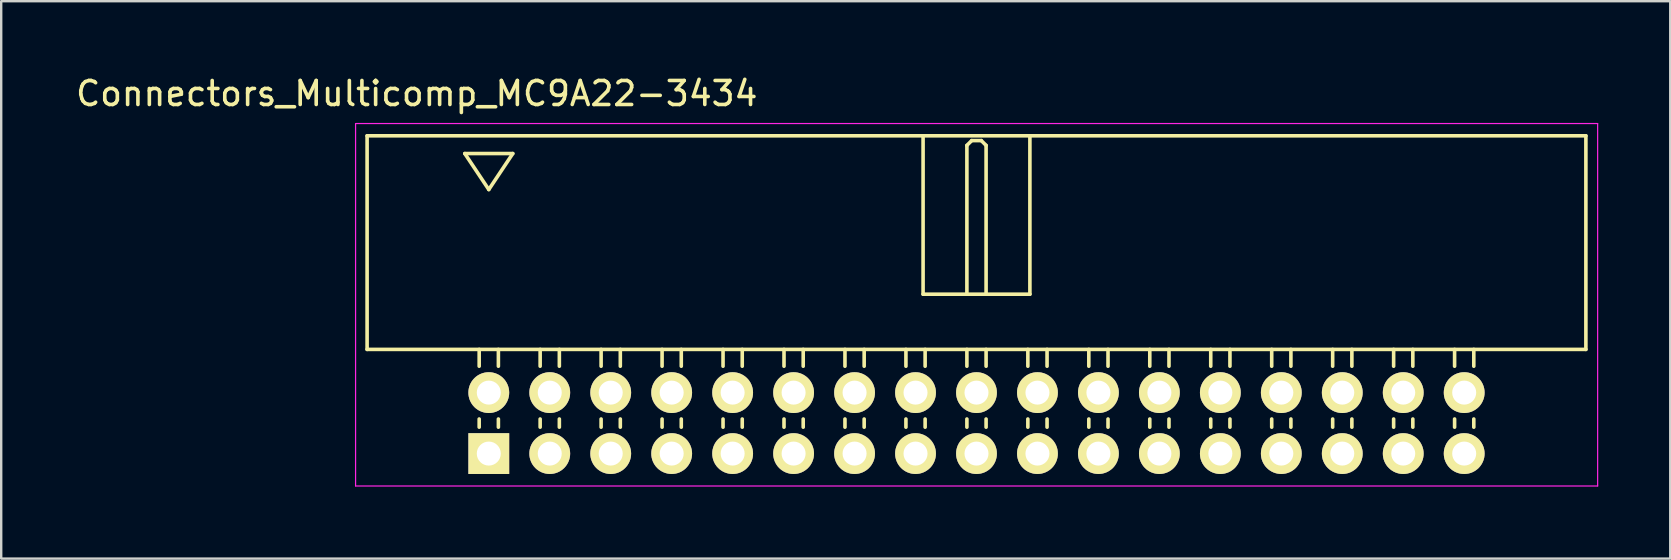
<source format=kicad_pcb>
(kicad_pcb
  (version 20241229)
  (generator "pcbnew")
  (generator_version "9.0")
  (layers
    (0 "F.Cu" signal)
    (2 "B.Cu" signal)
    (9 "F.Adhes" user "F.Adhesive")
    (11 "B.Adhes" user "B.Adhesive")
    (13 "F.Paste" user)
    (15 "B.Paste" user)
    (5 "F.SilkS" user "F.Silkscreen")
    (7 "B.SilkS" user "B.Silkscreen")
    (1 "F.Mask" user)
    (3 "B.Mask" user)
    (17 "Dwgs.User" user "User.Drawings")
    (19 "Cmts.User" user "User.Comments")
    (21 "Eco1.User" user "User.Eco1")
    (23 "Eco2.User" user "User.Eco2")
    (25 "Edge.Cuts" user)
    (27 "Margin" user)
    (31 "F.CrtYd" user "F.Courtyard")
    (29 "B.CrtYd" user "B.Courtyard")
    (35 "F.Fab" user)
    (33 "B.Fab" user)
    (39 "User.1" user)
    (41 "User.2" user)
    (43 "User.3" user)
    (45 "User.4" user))
  (footprint "Connectors_Multicomp_MC9A22-3434"
    (layer "F.Cu")
    (at 17.315 15.848)
    (property "Reference" "Connectors_Multicomp_MC9A22-3434" (at -3 -15 0) (layer "F.SilkS") (effects (font (size 1 1) (thickness 0.15))))
    (attr through_hole)
    (fp_line (start -5.07 -13.24) (end 45.71 -13.24) (stroke (width 0.15) (type solid)) (layer "F.SilkS"))
    (fp_line (start -5.07 -4.34) (end -5.07 -13.24) (stroke (width 0.15) (type solid)) (layer "F.SilkS"))
    (fp_line (start -1 -12.5) (end 1 -12.5) (stroke (width 0.15) (type solid)) (layer "F.SilkS"))
    (fp_line (start -0.4 -3.64) (end -0.4 -4.34) (stroke (width 0.15) (type solid)) (layer "F.SilkS"))
    (fp_line (start -0.4 -1.1) (end -0.4 -1.44) (stroke (width 0.15) (type solid)) (layer "F.SilkS"))
    (fp_line (start 0 -11) (end -1 -12.5) (stroke (width 0.15) (type solid)) (layer "F.SilkS"))
    (fp_line (start 0.4 -3.64) (end 0.4 -4.34) (stroke (width 0.15) (type solid)) (layer "F.SilkS"))
    (fp_line (start 0.4 -1.1) (end 0.4 -1.44) (stroke (width 0.15) (type solid)) (layer "F.SilkS"))
    (fp_line (start 1 -12.5) (end 0 -11) (stroke (width 0.15) (type solid)) (layer "F.SilkS"))
    (fp_line (start 2.14 -3.64) (end 2.14 -4.34) (stroke (width 0.15) (type solid)) (layer "F.SilkS"))
    (fp_line (start 2.14 -1.1) (end 2.14 -1.44) (stroke (width 0.15) (type solid)) (layer "F.SilkS"))
    (fp_line (start 2.94 -3.64) (end 2.94 -4.34) (stroke (width 0.15) (type solid)) (layer "F.SilkS"))
    (fp_line (start 2.94 -1.1) (end 2.94 -1.44) (stroke (width 0.15) (type solid)) (layer "F.SilkS"))
    (fp_line (start 4.68 -3.64) (end 4.68 -4.34) (stroke (width 0.15) (type solid)) (layer "F.SilkS"))
    (fp_line (start 4.68 -1.1) (end 4.68 -1.44) (stroke (width 0.15) (type solid)) (layer "F.SilkS"))
    (fp_line (start 5.48 -3.64) (end 5.48 -4.34) (stroke (width 0.15) (type solid)) (layer "F.SilkS"))
    (fp_line (start 5.48 -1.1) (end 5.48 -1.44) (stroke (width 0.15) (type solid)) (layer "F.SilkS"))
    (fp_line (start 7.22 -3.64) (end 7.22 -4.34) (stroke (width 0.15) (type solid)) (layer "F.SilkS"))
    (fp_line (start 7.22 -1.1) (end 7.22 -1.44) (stroke (width 0.15) (type solid)) (layer "F.SilkS"))
    (fp_line (start 8.02 -3.64) (end 8.02 -4.34) (stroke (width 0.15) (type solid)) (layer "F.SilkS"))
    (fp_line (start 8.02 -1.1) (end 8.02 -1.44) (stroke (width 0.15) (type solid)) (layer "F.SilkS"))
    (fp_line (start 9.76 -3.64) (end 9.76 -4.34) (stroke (width 0.15) (type solid)) (layer "F.SilkS"))
    (fp_line (start 9.76 -1.1) (end 9.76 -1.44) (stroke (width 0.15) (type solid)) (layer "F.SilkS"))
    (fp_line (start 10.56 -3.64) (end 10.56 -4.34) (stroke (width 0.15) (type solid)) (layer "F.SilkS"))
    (fp_line (start 10.56 -1.1) (end 10.56 -1.44) (stroke (width 0.15) (type solid)) (layer "F.SilkS"))
    (fp_line (start 12.3 -3.64) (end 12.3 -4.34) (stroke (width 0.15) (type solid)) (layer "F.SilkS"))
    (fp_line (start 12.3 -1.1) (end 12.3 -1.44) (stroke (width 0.15) (type solid)) (layer "F.SilkS"))
    (fp_line (start 13.1 -3.64) (end 13.1 -4.34) (stroke (width 0.15) (type solid)) (layer "F.SilkS"))
    (fp_line (start 13.1 -1.1) (end 13.1 -1.44) (stroke (width 0.15) (type solid)) (layer "F.SilkS"))
    (fp_line (start 14.84 -3.64) (end 14.84 -4.34) (stroke (width 0.15) (type solid)) (layer "F.SilkS"))
    (fp_line (start 14.84 -1.1) (end 14.84 -1.44) (stroke (width 0.15) (type solid)) (layer "F.SilkS"))
    (fp_line (start 15.64 -3.64) (end 15.64 -4.34) (stroke (width 0.15) (type solid)) (layer "F.SilkS"))
    (fp_line (start 15.64 -1.1) (end 15.64 -1.44) (stroke (width 0.15) (type solid)) (layer "F.SilkS"))
    (fp_line (start 17.38 -3.64) (end 17.38 -4.34) (stroke (width 0.15) (type solid)) (layer "F.SilkS"))
    (fp_line (start 17.38 -1.1) (end 17.38 -1.44) (stroke (width 0.15) (type solid)) (layer "F.SilkS"))
    (fp_line (start 18.095 -13.24) (end 18.095 -6.64) (stroke (width 0.15) (type solid)) (layer "F.SilkS"))
    (fp_line (start 18.095 -6.64) (end 22.545 -6.64) (stroke (width 0.15) (type solid)) (layer "F.SilkS"))
    (fp_line (start 18.18 -3.64) (end 18.18 -4.34) (stroke (width 0.15) (type solid)) (layer "F.SilkS"))
    (fp_line (start 18.18 -1.1) (end 18.18 -1.44) (stroke (width 0.15) (type solid)) (layer "F.SilkS"))
    (fp_line (start 19.92 -12.84) (end 20.12 -13.04) (stroke (width 0.15) (type solid)) (layer "F.SilkS"))
    (fp_line (start 19.92 -6.64) (end 19.92 -12.84) (stroke (width 0.15) (type solid)) (layer "F.SilkS"))
    (fp_line (start 19.92 -3.64) (end 19.92 -4.34) (stroke (width 0.15) (type solid)) (layer "F.SilkS"))
    (fp_line (start 19.92 -1.1) (end 19.92 -1.44) (stroke (width 0.15) (type solid)) (layer "F.SilkS"))
    (fp_line (start 20.12 -13.04) (end 20.52 -13.04) (stroke (width 0.15) (type solid)) (layer "F.SilkS"))
    (fp_line (start 20.52 -13.04) (end 20.72 -12.84) (stroke (width 0.15) (type solid)) (layer "F.SilkS"))
    (fp_line (start 20.72 -12.84) (end 20.72 -6.64) (stroke (width 0.15) (type solid)) (layer "F.SilkS"))
    (fp_line (start 20.72 -3.64) (end 20.72 -4.34) (stroke (width 0.15) (type solid)) (layer "F.SilkS"))
    (fp_line (start 20.72 -1.1) (end 20.72 -1.44) (stroke (width 0.15) (type solid)) (layer "F.SilkS"))
    (fp_line (start 22.46 -3.64) (end 22.46 -4.34) (stroke (width 0.15) (type solid)) (layer "F.SilkS"))
    (fp_line (start 22.46 -1.1) (end 22.46 -1.44) (stroke (width 0.15) (type solid)) (layer "F.SilkS"))
    (fp_line (start 22.545 -6.64) (end 22.545 -13.24) (stroke (width 0.15) (type solid)) (layer "F.SilkS"))
    (fp_line (start 23.26 -3.64) (end 23.26 -4.34) (stroke (width 0.15) (type solid)) (layer "F.SilkS"))
    (fp_line (start 23.26 -1.1) (end 23.26 -1.44) (stroke (width 0.15) (type solid)) (layer "F.SilkS"))
    (fp_line (start 25 -3.64) (end 25 -4.34) (stroke (width 0.15) (type solid)) (layer "F.SilkS"))
    (fp_line (start 25 -1.1) (end 25 -1.44) (stroke (width 0.15) (type solid)) (layer "F.SilkS"))
    (fp_line (start 25.8 -3.64) (end 25.8 -4.34) (stroke (width 0.15) (type solid)) (layer "F.SilkS"))
    (fp_line (start 25.8 -1.1) (end 25.8 -1.44) (stroke (width 0.15) (type solid)) (layer "F.SilkS"))
    (fp_line (start 27.54 -3.64) (end 27.54 -4.34) (stroke (width 0.15) (type solid)) (layer "F.SilkS"))
    (fp_line (start 27.54 -1.1) (end 27.54 -1.44) (stroke (width 0.15) (type solid)) (layer "F.SilkS"))
    (fp_line (start 28.34 -3.64) (end 28.34 -4.34) (stroke (width 0.15) (type solid)) (layer "F.SilkS"))
    (fp_line (start 28.34 -1.1) (end 28.34 -1.44) (stroke (width 0.15) (type solid)) (layer "F.SilkS"))
    (fp_line (start 30.08 -3.64) (end 30.08 -4.34) (stroke (width 0.15) (type solid)) (layer "F.SilkS"))
    (fp_line (start 30.08 -1.1) (end 30.08 -1.44) (stroke (width 0.15) (type solid)) (layer "F.SilkS"))
    (fp_line (start 30.88 -3.64) (end 30.88 -4.34) (stroke (width 0.15) (type solid)) (layer "F.SilkS"))
    (fp_line (start 30.88 -1.1) (end 30.88 -1.44) (stroke (width 0.15) (type solid)) (layer "F.SilkS"))
    (fp_line (start 32.62 -3.64) (end 32.62 -4.34) (stroke (width 0.15) (type solid)) (layer "F.SilkS"))
    (fp_line (start 32.62 -1.1) (end 32.62 -1.44) (stroke (width 0.15) (type solid)) (layer "F.SilkS"))
    (fp_line (start 33.42 -3.64) (end 33.42 -4.34) (stroke (width 0.15) (type solid)) (layer "F.SilkS"))
    (fp_line (start 33.42 -1.1) (end 33.42 -1.44) (stroke (width 0.15) (type solid)) (layer "F.SilkS"))
    (fp_line (start 35.16 -3.64) (end 35.16 -4.34) (stroke (width 0.15) (type solid)) (layer "F.SilkS"))
    (fp_line (start 35.16 -1.1) (end 35.16 -1.44) (stroke (width 0.15) (type solid)) (layer "F.SilkS"))
    (fp_line (start 35.96 -3.64) (end 35.96 -4.34) (stroke (width 0.15) (type solid)) (layer "F.SilkS"))
    (fp_line (start 35.96 -1.1) (end 35.96 -1.44) (stroke (width 0.15) (type solid)) (layer "F.SilkS"))
    (fp_line (start 37.7 -3.64) (end 37.7 -4.34) (stroke (width 0.15) (type solid)) (layer "F.SilkS"))
    (fp_line (start 37.7 -1.1) (end 37.7 -1.44) (stroke (width 0.15) (type solid)) (layer "F.SilkS"))
    (fp_line (start 38.5 -3.64) (end 38.5 -4.34) (stroke (width 0.15) (type solid)) (layer "F.SilkS"))
    (fp_line (start 38.5 -1.1) (end 38.5 -1.44) (stroke (width 0.15) (type solid)) (layer "F.SilkS"))
    (fp_line (start 40.24 -3.64) (end 40.24 -4.34) (stroke (width 0.15) (type solid)) (layer "F.SilkS"))
    (fp_line (start 40.24 -1.1) (end 40.24 -1.44) (stroke (width 0.15) (type solid)) (layer "F.SilkS"))
    (fp_line (start 41.04 -3.64) (end 41.04 -4.34) (stroke (width 0.15) (type solid)) (layer "F.SilkS"))
    (fp_line (start 41.04 -1.1) (end 41.04 -1.44) (stroke (width 0.15) (type solid)) (layer "F.SilkS"))
    (fp_line (start 45.71 -13.24) (end 45.71 -4.34) (stroke (width 0.15) (type solid)) (layer "F.SilkS"))
    (fp_line (start 45.71 -4.34) (end -5.07 -4.34) (stroke (width 0.15) (type solid)) (layer "F.SilkS"))
    (fp_line (start -5.55 -13.75) (end 46.2 -13.75) (stroke (width 0.05) (type solid)) (layer "F.CrtYd"))
    (fp_line (start -5.55 1.35) (end -5.55 -13.75) (stroke (width 0.05) (type solid)) (layer "F.CrtYd"))
    (fp_line (start 46.2 -13.75) (end 46.2 1.35) (stroke (width 0.05) (type solid)) (layer "F.CrtYd"))
    (fp_line (start 46.2 1.35) (end -5.55 1.35) (stroke (width 0.05) (type solid)) (layer "F.CrtYd"))
    (pad "1" thru_hole rect (at 0 0) (size 1.7 1.7) (drill 1) (layers "*.Cu" "*.Mask" "F.SilkS"))
    (pad "2" thru_hole circle (at 0 -2.54) (size 1.7 1.7) (drill 1) (layers "*.Cu" "*.Mask" "F.SilkS"))
    (pad "3" thru_hole circle (at 2.54 0) (size 1.7 1.7) (drill 1) (layers "*.Cu" "*.Mask" "F.SilkS"))
    (pad "4" thru_hole circle (at 2.54 -2.54) (size 1.7 1.7) (drill 1) (layers "*.Cu" "*.Mask" "F.SilkS"))
    (pad "5" thru_hole circle (at 5.08 0) (size 1.7 1.7) (drill 1) (layers "*.Cu" "*.Mask" "F.SilkS"))
    (pad "6" thru_hole circle (at 5.08 -2.54) (size 1.7 1.7) (drill 1) (layers "*.Cu" "*.Mask" "F.SilkS"))
    (pad "7" thru_hole circle (at 7.62 0) (size 1.7 1.7) (drill 1) (layers "*.Cu" "*.Mask" "F.SilkS"))
    (pad "8" thru_hole circle (at 7.62 -2.54) (size 1.7 1.7) (drill 1) (layers "*.Cu" "*.Mask" "F.SilkS"))
    (pad "9" thru_hole circle (at 10.16 0) (size 1.7 1.7) (drill 1) (layers "*.Cu" "*.Mask" "F.SilkS"))
    (pad "10" thru_hole circle (at 10.16 -2.54) (size 1.7 1.7) (drill 1) (layers "*.Cu" "*.Mask" "F.SilkS"))
    (pad "11" thru_hole circle (at 12.7 0) (size 1.7 1.7) (drill 1) (layers "*.Cu" "*.Mask" "F.SilkS"))
    (pad "12" thru_hole circle (at 12.7 -2.54) (size 1.7 1.7) (drill 1) (layers "*.Cu" "*.Mask" "F.SilkS"))
    (pad "13" thru_hole circle (at 15.24 0) (size 1.7 1.7) (drill 1) (layers "*.Cu" "*.Mask" "F.SilkS"))
    (pad "14" thru_hole circle (at 15.24 -2.54) (size 1.7 1.7) (drill 1) (layers "*.Cu" "*.Mask" "F.SilkS"))
    (pad "15" thru_hole circle (at 17.78 0) (size 1.7 1.7) (drill 1) (layers "*.Cu" "*.Mask" "F.SilkS"))
    (pad "16" thru_hole circle (at 17.78 -2.54) (size 1.7 1.7) (drill 1) (layers "*.Cu" "*.Mask" "F.SilkS"))
    (pad "17" thru_hole circle (at 20.32 0) (size 1.7 1.7) (drill 1) (layers "*.Cu" "*.Mask" "F.SilkS"))
    (pad "18" thru_hole circle (at 20.32 -2.54) (size 1.7 1.7) (drill 1) (layers "*.Cu" "*.Mask" "F.SilkS"))
    (pad "19" thru_hole circle (at 22.86 0) (size 1.7 1.7) (drill 1) (layers "*.Cu" "*.Mask" "F.SilkS"))
    (pad "20" thru_hole circle (at 22.86 -2.54) (size 1.7 1.7) (drill 1) (layers "*.Cu" "*.Mask" "F.SilkS"))
    (pad "21" thru_hole circle (at 25.4 0) (size 1.7 1.7) (drill 1) (layers "*.Cu" "*.Mask" "F.SilkS"))
    (pad "22" thru_hole circle (at 25.4 -2.54) (size 1.7 1.7) (drill 1) (layers "*.Cu" "*.Mask" "F.SilkS"))
    (pad "23" thru_hole circle (at 27.94 0) (size 1.7 1.7) (drill 1) (layers "*.Cu" "*.Mask" "F.SilkS"))
    (pad "24" thru_hole circle (at 27.94 -2.54) (size 1.7 1.7) (drill 1) (layers "*.Cu" "*.Mask" "F.SilkS"))
    (pad "25" thru_hole circle (at 30.48 0) (size 1.7 1.7) (drill 1) (layers "*.Cu" "*.Mask" "F.SilkS"))
    (pad "26" thru_hole circle (at 30.48 -2.54) (size 1.7 1.7) (drill 1) (layers "*.Cu" "*.Mask" "F.SilkS"))
    (pad "27" thru_hole circle (at 33.02 0) (size 1.7 1.7) (drill 1) (layers "*.Cu" "*.Mask" "F.SilkS"))
    (pad "28" thru_hole circle (at 33.02 -2.54) (size 1.7 1.7) (drill 1) (layers "*.Cu" "*.Mask" "F.SilkS"))
    (pad "29" thru_hole circle (at 35.56 0) (size 1.7 1.7) (drill 1) (layers "*.Cu" "*.Mask" "F.SilkS"))
    (pad "30" thru_hole circle (at 35.56 -2.54) (size 1.7 1.7) (drill 1) (layers "*.Cu" "*.Mask" "F.SilkS"))
    (pad "31" thru_hole circle (at 38.1 0) (size 1.7 1.7) (drill 1) (layers "*.Cu" "*.Mask" "F.SilkS"))
    (pad "32" thru_hole circle (at 38.1 -2.54) (size 1.7 1.7) (drill 1) (layers "*.Cu" "*.Mask" "F.SilkS"))
    (pad "33" thru_hole circle (at 40.64 0) (size 1.7 1.7) (drill 1) (layers "*.Cu" "*.Mask" "F.SilkS"))
    (pad "34" thru_hole circle (at 40.64 -2.54) (size 1.7 1.7) (drill 1) (layers "*.Cu" "*.Mask" "F.SilkS")))
  (gr_rect
    (start -3 -3)
    (end 66.54 20.223)
    (stroke (width 0.1) (type default))
    (fill no)
    (layer "Edge.Cuts")))
</source>
